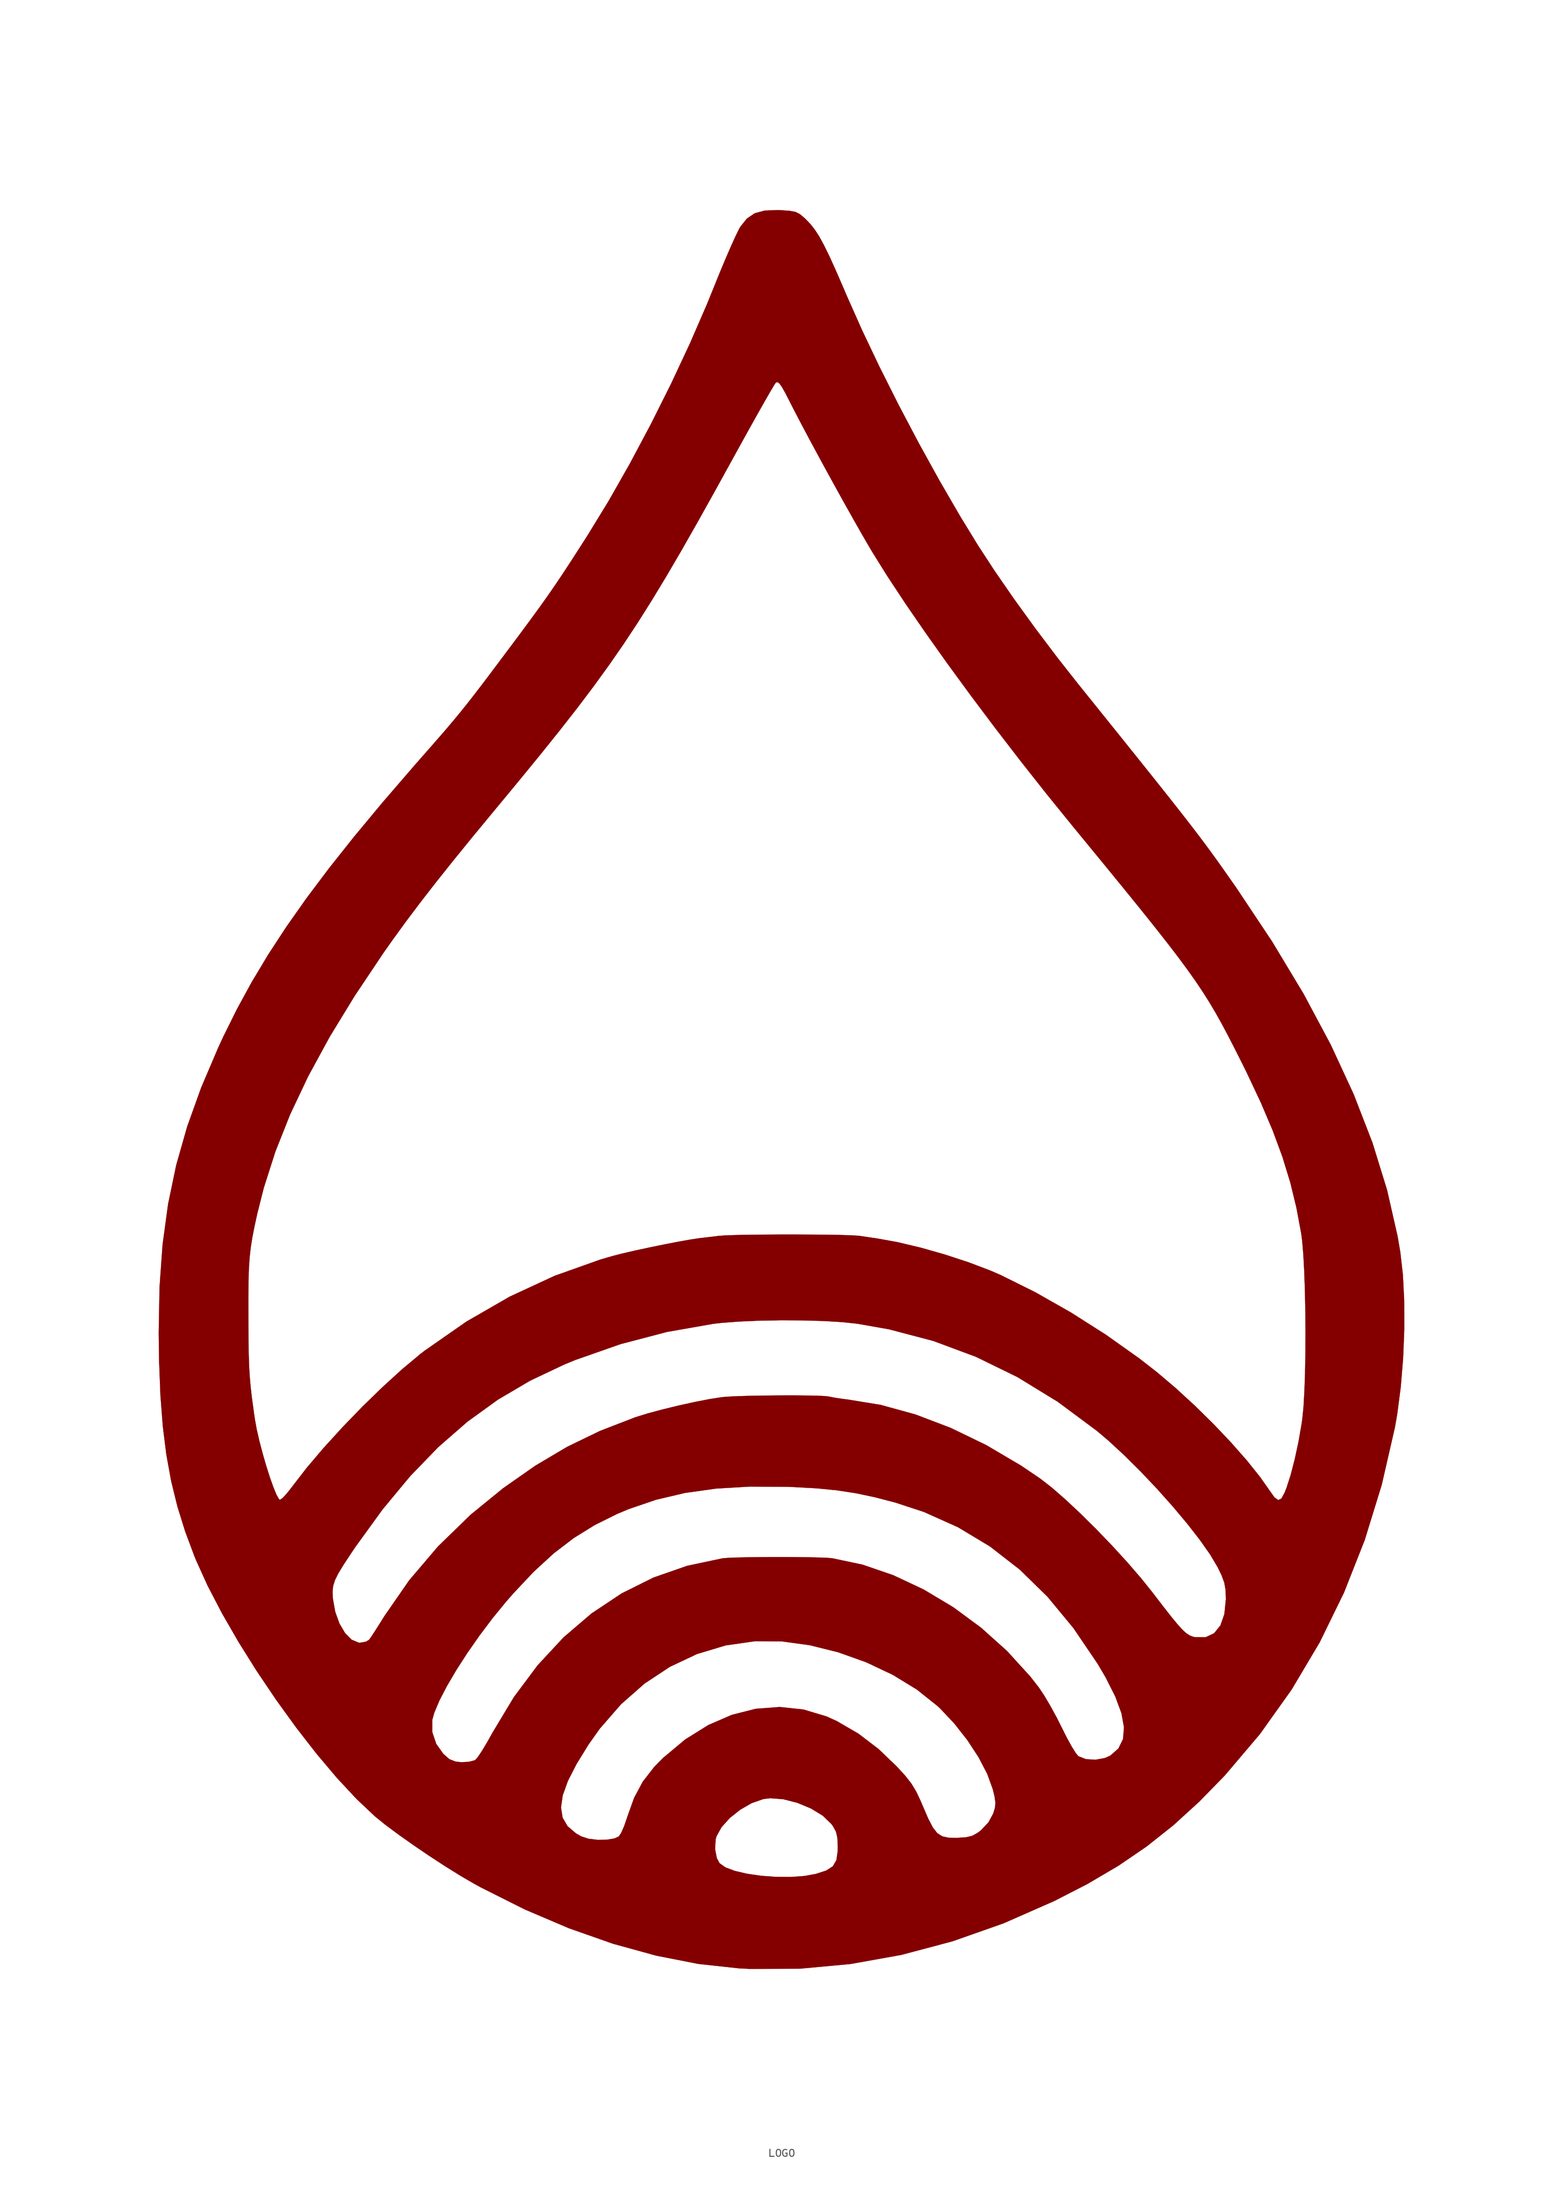
<source format=kicad_sym>
(kicad_symbol_lib
  (version 20220914)
  (generator "bitmap2component")
  (generator_version "8.0")
  (symbol "LOGO"
    (pin_names
      (offset 1.016))
    (property "Reference" "#G"
      (at 0 109.342 0)
      (effects (font (size 1.27 1.27)) hide))
    (symbol "LOGO_0_0"
      (polyline (pts (xy 7.548 -102.004) (xy 13.502 -101.455) (xy 19.488 -100.382) (xy 25.485 -98.788) (xy 31.471 -96.68) (xy 37.425 -94.061) (xy 41.301 -92.07) (xy 44.931 -89.938) (xy 48.25 -87.672) (xy 51.373 -85.194) (xy 54.416 -82.423) (xy 57.427 -79.34) (xy 61.555 -74.472) (xy 65.265 -69.266) (xy 68.552 -63.733) (xy 71.413 -57.88) (xy 73.841 -51.719) (xy 75.833 -45.257) (xy 77.383 -38.505) (xy 77.653 -36.954) (xy 78.065 -33.784) (xy 78.342 -30.428) (xy 78.48 -27.027) (xy 78.474 -23.721) (xy 78.32 -20.651) (xy 78.014 -17.958) (xy 77.692 -16.074) (xy 76.456 -10.646) (xy 74.741 -5.103) (xy 72.542 0.566) (xy 69.855 6.372) (xy 66.675 12.326) (xy 62.996 18.44) (xy 58.813 24.724) (xy 58.774 24.78) (xy 57.977 25.922) (xy 57.241 26.97) (xy 56.537 27.96) (xy 55.836 28.929) (xy 55.11 29.914) (xy 54.33 30.952) (xy 53.468 32.079) (xy 52.495 33.332) (xy 51.382 34.749) (xy 50.102 36.365) (xy 48.625 38.218) (xy 46.923 40.345) (xy 44.967 42.782) (xy 42.729 45.565) (xy 40.181 48.733) (xy 37.8 51.756) (xy 35.203 55.195) (xy 32.717 58.63) (xy 30.433 61.935) (xy 28.443 64.986) (xy 26.372 68.372) (xy 23.95 72.547) (xy 21.521 76.944) (xy 19.153 81.435) (xy 16.915 85.889) (xy 14.875 90.177) (xy 13.1 94.169) (xy 12.681 95.15) (xy 11.79 97.198) (xy 11.047 98.835) (xy 10.418 100.124) (xy 9.868 101.132) (xy 9.363 101.922) (xy 8.869 102.56) (xy 8.351 103.111) (xy 8.127 103.328) (xy 7.58 103.791) (xy 7.054 104.053) (xy 6.362 104.185) (xy 5.316 104.256) (xy 5 104.27) (xy 3.454 104.212) (xy 2.278 103.896) (xy 1.358 103.274) (xy 0.585 102.301) (xy 0.429 102.028) (xy 0.018 101.188) (xy -0.528 99.983) (xy -1.17 98.5) (xy -1.868 96.828) (xy -2.583 95.058) (xy -3.311 93.267) (xy -5.305 88.668) (xy -7.531 83.913) (xy -9.919 79.14) (xy -12.399 74.485) (xy -14.901 70.085) (xy -17.357 66.076) (xy -18.088 64.934) (xy -19.214 63.186) (xy -20.197 61.685) (xy -21.104 60.332) (xy -22.002 59.033) (xy -22.958 57.689) (xy -24.04 56.205) (xy -25.314 54.484) (xy -26.849 52.43) (xy -28.276 50.526) (xy -29.524 48.871) (xy -30.586 47.483) (xy -31.529 46.278) (xy -32.423 45.169) (xy -33.337 44.071) (xy -34.338 42.899) (xy -35.498 41.568) (xy -36.883 39.991) (xy -37.697 39.064) (xy -41.379 34.795) (xy -44.685 30.819) (xy -47.649 27.089) (xy -50.303 23.561) (xy -52.679 20.187) (xy -54.811 16.923) (xy -56.73 13.723) (xy -58.468 10.541) (xy -60.059 7.332) (xy -60.642 6.075) (xy -62.662 1.343) (xy -64.303 -3.228) (xy -65.588 -7.744) (xy -66.541 -12.314) (xy -67.185 -17.046) (xy -67.545 -22.048) (xy -67.567 -23.301) (xy -57.13 -23.301) (xy -57.112 -21.456) (xy -57.066 -19.935) (xy -56.981 -18.631) (xy -56.85 -17.437) (xy -56.662 -16.248) (xy -56.409 -14.957) (xy -56.082 -13.457) (xy -55.322 -10.442) (xy -53.955 -6.163) (xy -52.225 -1.81) (xy -50.11 2.657) (xy -47.592 7.281) (xy -44.65 12.101) (xy -41.265 17.159) (xy -40.204 18.663) (xy -38.647 20.805) (xy -36.971 23.032) (xy -35.128 25.407) (xy -33.068 27.992) (xy -30.742 30.851) (xy -28.101 34.047) (xy -25.375 37.339) (xy -22.851 40.425) (xy -20.576 43.26) (xy -18.508 45.907) (xy -16.605 48.426) (xy -14.827 50.879) (xy -13.132 53.324) (xy -11.479 55.825) (xy -9.828 58.441) (xy -8.136 61.234) (xy -6.363 64.264) (xy -4.467 67.593) (xy -2.408 71.281) (xy -0.144 75.389) (xy 0.731 76.978) (xy 1.748 78.811) (xy 2.667 80.456) (xy 3.459 81.855) (xy 4.089 82.951) (xy 4.525 83.687) (xy 4.735 84.005) (xy 4.899 84.1) (xy 5.123 83.988) (xy 5.431 83.578) (xy 5.869 82.805) (xy 6.485 81.605) (xy 6.912 80.765) (xy 7.822 79.023) (xy 8.908 76.985) (xy 10.112 74.759) (xy 11.374 72.453) (xy 12.634 70.174) (xy 13.835 68.031) (xy 14.916 66.131) (xy 15.818 64.583) (xy 16.116 64.086) (xy 17.866 61.283) (xy 19.931 58.153) (xy 22.267 54.755) (xy 24.83 51.146) (xy 27.579 47.387) (xy 30.47 43.535) (xy 33.46 39.651) (xy 36.506 35.793) (xy 39.565 32.02) (xy 40.918 30.374) (xy 43.416 27.329) (xy 45.611 24.643) (xy 47.53 22.275) (xy 49.203 20.186) (xy 50.657 18.337) (xy 51.92 16.69) (xy 53.02 15.204) (xy 53.985 13.842) (xy 54.843 12.563) (xy 55.623 11.329) (xy 56.352 10.1) (xy 57.058 8.838) (xy 57.769 7.503) (xy 58.514 6.056) (xy 59.32 4.458) (xy 59.969 3.152) (xy 61.652 -0.42) (xy 63.045 -3.697) (xy 64.182 -6.778) (xy 65.097 -9.759) (xy 65.823 -12.736) (xy 66.394 -15.807) (xy 66.497 -16.596) (xy 66.634 -18.201) (xy 66.743 -20.182) (xy 66.822 -22.439) (xy 66.872 -24.871) (xy 66.891 -27.379) (xy 66.879 -29.863) (xy 66.836 -32.222) (xy 66.76 -34.359) (xy 66.653 -36.171) (xy 66.512 -37.56) (xy 66.434 -38.102) (xy 66.074 -40.172) (xy 65.633 -42.227) (xy 65.15 -44.093) (xy 64.667 -45.595) (xy 64.434 -46.183) (xy 64.057 -46.865) (xy 63.684 -47.035) (xy 63.242 -46.706) (xy 62.658 -45.887) (xy 61.57 -44.338) (xy 60.007 -42.386) (xy 58.155 -40.282) (xy 56.093 -38.11) (xy 53.901 -35.954) (xy 51.66 -33.897) (xy 49.449 -32.024) (xy 47.391 -30.421) (xy 43.495 -27.655) (xy 39.374 -25.033) (xy 35.198 -22.661) (xy 31.135 -20.643) (xy 29.914 -20.114) (xy 27.37 -19.149) (xy 24.592 -18.237) (xy 21.756 -17.432) (xy 19.039 -16.785) (xy 16.618 -16.349) (xy 16.429 -16.322) (xy 15.549 -16.194) (xy 14.591 -16.051) (xy 14.356 -16.026) (xy 13.506 -15.979) (xy 12.252 -15.942) (xy 10.687 -15.914) (xy 8.904 -15.897) (xy 6.995 -15.889) (xy 5.054 -15.89) (xy 3.174 -15.902) (xy 1.446 -15.923) (xy -0.036 -15.954) (xy -1.179 -15.995) (xy -1.891 -16.046) (xy -2.097 -16.071) (xy -3.189 -16.201) (xy -4.188 -16.318) (xy -4.257 -16.327) (xy -5.29 -16.483) (xy -6.693 -16.733) (xy -8.326 -17.049) (xy -10.047 -17.401) (xy -11.715 -17.761) (xy -13.187 -18.1) (xy -14.321 -18.388) (xy -15.832 -18.825) (xy -21.208 -20.739) (xy -26.454 -23.169) (xy -31.548 -26.104) (xy -36.466 -29.531) (xy -36.962 -29.915) (xy -39.081 -31.684) (xy -41.374 -33.772) (xy -43.74 -36.073) (xy -46.075 -38.483) (xy -48.278 -40.898) (xy -50.247 -43.213) (xy -51.881 -45.324) (xy -51.997 -45.483) (xy -52.608 -46.255) (xy -53.113 -46.8) (xy -53.412 -47.009) (xy -53.535 -46.924) (xy -53.823 -46.414) (xy -54.189 -45.529) (xy -54.603 -44.36) (xy -55.035 -43.002) (xy -55.456 -41.549) (xy -55.836 -40.095) (xy -56.148 -38.734) (xy -56.36 -37.56) (xy -56.504 -36.559) (xy -56.709 -35.05) (xy -56.862 -33.727) (xy -56.971 -32.47) (xy -57.045 -31.157) (xy -57.09 -29.666) (xy -57.115 -27.878) (xy -57.128 -25.67) (xy -57.128 -25.576) (xy -57.13 -23.301) (xy -67.567 -23.301) (xy -67.642 -27.427) (xy -67.599 -30.682) (xy -67.443 -34.716) (xy -67.163 -38.362) (xy -66.747 -41.701) (xy -66.18 -44.816) (xy -65.451 -47.789) (xy -64.545 -50.702) (xy -63.45 -53.637) (xy -63.269 -54.081) (xy -61.901 -57.092) (xy -61.541 -57.783) (xy -47.249 -57.783) (xy -47.182 -57.119) (xy -46.969 -56.438) (xy -46.57 -55.633) (xy -45.94 -54.599) (xy -45.038 -53.232) (xy -44.527 -52.477) (xy -41.356 -48.106) (xy -38.142 -44.234) (xy -34.847 -40.827) (xy -31.43 -37.848) (xy -27.851 -35.262) (xy -24.07 -33.034) (xy -20.048 -31.13) (xy -18.768 -30.605) (xy -13.459 -28.744) (xy -8.012 -27.316) (xy -2.578 -26.363) (xy -1.696 -26.262) (xy 0.407 -26.099) (xy 2.802 -25.995) (xy 5.35 -25.95) (xy 7.914 -25.963) (xy 10.355 -26.034) (xy 12.535 -26.164) (xy 14.316 -26.353) (xy 18.04 -27.009) (xy 23.223 -28.372) (xy 28.238 -30.238) (xy 33.101 -32.615) (xy 37.825 -35.508) (xy 42.423 -38.923) (xy 43.769 -40.064) (xy 45.636 -41.787) (xy 47.562 -43.7) (xy 49.481 -45.726) (xy 51.323 -47.791) (xy 53.021 -49.815) (xy 54.507 -51.724) (xy 55.713 -53.441) (xy 56.572 -54.889) (xy 57.027 -55.82) (xy 57.36 -56.709) (xy 57.514 -57.559) (xy 57.549 -58.596) (xy 57.549 -58.688) (xy 57.374 -60.412) (xy 56.907 -61.744) (xy 56.167 -62.658) (xy 55.178 -63.126) (xy 53.959 -63.122) (xy 53.674 -63.058) (xy 53.298 -62.913) (xy 52.906 -62.656) (xy 52.446 -62.235) (xy 51.867 -61.594) (xy 51.117 -60.682) (xy 50.147 -59.443) (xy 48.905 -57.826) (xy 47.634 -56.24) (xy 46.015 -54.363) (xy 44.233 -52.414) (xy 42.37 -50.477) (xy 40.509 -48.634) (xy 38.731 -46.968) (xy 37.12 -45.565) (xy 35.756 -44.505) (xy 33.525 -42.996) (xy 29.43 -40.583) (xy 25.279 -38.574) (xy 21.134 -36.995) (xy 17.055 -35.872) (xy 13.105 -35.23) (xy 12.7 -35.184) (xy 11.712 -35.04) (xy 10.944 -34.889) (xy 10.517 -34.839) (xy 9.618 -34.798) (xy 8.372 -34.772) (xy 6.881 -34.76) (xy 5.247 -34.762) (xy 3.573 -34.777) (xy 1.961 -34.804) (xy 0.512 -34.844) (xy -0.671 -34.896) (xy -1.486 -34.958) (xy -1.626 -34.974) (xy -3.028 -35.193) (xy -4.761 -35.531) (xy -6.657 -35.949) (xy -8.553 -36.41) (xy -10.282 -36.875) (xy -11.678 -37.307) (xy -11.781 -37.343) (xy -15.869 -38.923) (xy -19.715 -40.785) (xy -23.461 -43.003) (xy -27.248 -45.654) (xy -31.045 -48.75) (xy -34.875 -52.471) (xy -38.263 -56.453) (xy -41.178 -60.663) (xy -41.649 -61.418) (xy -42.249 -62.361) (xy -42.713 -63.071) (xy -42.969 -63.432) (xy -43.367 -63.66) (xy -44.031 -63.77) (xy -44.185 -63.761) (xy -45.009 -63.416) (xy -45.779 -62.638) (xy -46.439 -61.518) (xy -46.934 -60.145) (xy -47.207 -58.611) (xy -47.214 -58.535) (xy -47.249 -57.783) (xy -61.541 -57.783) (xy -60.223 -60.313) (xy -58.29 -63.667) (xy -56.157 -67.073) (xy -53.88 -70.452) (xy -51.515 -73.722) (xy -51.115 -74.237) (xy -35.555 -74.237) (xy -35.552 -72.828) (xy -35.314 -71.982) (xy -34.717 -70.561) (xy -33.84 -68.87) (xy -32.731 -66.983) (xy -31.437 -64.976) (xy -30.004 -62.923) (xy -28.48 -60.9) (xy -26.91 -58.981) (xy -26.064 -58.009) (xy -23.648 -55.443) (xy -21.306 -53.292) (xy -18.95 -51.49) (xy -16.495 -49.968) (xy -13.855 -48.66) (xy -12.501 -48.091) (xy -9.285 -46.996) (xy -5.895 -46.199) (xy -2.255 -45.69) (xy 1.711 -45.455) (xy 6.08 -45.482) (xy 6.879 -45.512) (xy 9.572 -45.662) (xy 11.94 -45.895) (xy 14.152 -46.235) (xy 16.376 -46.706) (xy 18.78 -47.333) (xy 22.135 -48.434) (xy 26.135 -50.228) (xy 29.878 -52.48) (xy 33.375 -55.198) (xy 36.637 -58.391) (xy 39.676 -62.068) (xy 42.502 -66.237) (xy 43.433 -67.818) (xy 44.578 -70.086) (xy 45.3 -72.042) (xy 45.6 -73.699) (xy 45.482 -75.071) (xy 44.946 -76.17) (xy 43.993 -77.009) (xy 43.365 -77.292) (xy 42.25 -77.495) (xy 41.136 -77.426) (xy 40.252 -77.082) (xy 40.248 -77.079) (xy 39.929 -76.692) (xy 39.452 -75.925) (xy 38.881 -74.887) (xy 38.279 -73.688) (xy 37.723 -72.578) (xy 36.968 -71.193) (xy 36.231 -69.948) (xy 35.611 -69.021) (xy 34.607 -67.735) (xy 31.883 -64.743) (xy 28.841 -62.013) (xy 25.552 -59.59) (xy 22.087 -57.519) (xy 18.517 -55.843) (xy 14.914 -54.608) (xy 11.349 -53.857) (xy 10.741 -53.809) (xy 9.676 -53.769) (xy 8.285 -53.741) (xy 6.676 -53.725) (xy 4.958 -53.72) (xy 3.239 -53.726) (xy 1.626 -53.745) (xy 0.229 -53.774) (xy -0.845 -53.815) (xy -1.486 -53.867) (xy -5.631 -54.744) (xy -9.591 -56.121) (xy -13.339 -57.987) (xy -16.865 -60.332) (xy -20.154 -63.146) (xy -23.195 -66.42) (xy -25.974 -70.144) (xy -28.48 -74.309) (xy -29.083 -75.389) (xy -29.68 -76.388) (xy -30.166 -77.126) (xy -30.472 -77.493) (xy -30.625 -77.577) (xy -31.302 -77.744) (xy -32.152 -77.783) (xy -32.803 -77.716) (xy -33.533 -77.434) (xy -34.242 -76.817) (xy -35.084 -75.635) (xy -35.555 -74.237) (xy -51.115 -74.237) (xy -49.117 -76.806) (xy -46.74 -79.623) (xy -44.441 -82.092) (xy -43.386 -83.088) (xy -20.451 -83.088) (xy -20.243 -81.659) (xy -19.634 -79.972) (xy -18.622 -77.993) (xy -17.203 -75.692) (xy -15.886 -73.834) (xy -13.401 -70.982) (xy -10.651 -68.562) (xy -7.668 -66.592) (xy -4.486 -65.093) (xy -1.135 -64.085) (xy 2.353 -63.588) (xy 2.364 -63.587) (xy 5.469 -63.614) (xy 8.744 -64.062) (xy 12.077 -64.892) (xy 15.356 -66.063) (xy 18.471 -67.535) (xy 21.309 -69.27) (xy 23.759 -71.226) (xy 24.027 -71.479) (xy 25.693 -73.246) (xy 27.222 -75.195) (xy 28.536 -77.205) (xy 29.555 -79.159) (xy 30.201 -80.936) (xy 30.412 -81.798) (xy 30.515 -82.524) (xy 30.463 -83.122) (xy 30.258 -83.803) (xy 29.701 -84.828) (xy 28.82 -85.768) (xy 28.426 -86.068) (xy 27.797 -86.416) (xy 27.07 -86.588) (xy 26.023 -86.655) (xy 25.963 -86.657) (xy 25.01 -86.639) (xy 24.281 -86.48) (xy 23.696 -86.106) (xy 23.175 -85.442) (xy 22.639 -84.414) (xy 22.007 -82.949) (xy 21.774 -82.397) (xy 21.228 -81.237) (xy 20.654 -80.287) (xy 19.925 -79.358) (xy 18.918 -78.26) (xy 16.803 -76.234) (xy 14.442 -74.43) (xy 11.889 -72.95) (xy 10.698 -72.412) (xy 7.992 -71.602) (xy 5.215 -71.306) (xy 2.402 -71.518) (xy -0.409 -72.229) (xy -3.184 -73.433) (xy -5.887 -75.121) (xy -8.481 -77.287) (xy -9.517 -78.342) (xy -10.855 -80.064) (xy -11.872 -81.96) (xy -12.676 -84.207) (xy -12.703 -84.299) (xy -13.041 -85.281) (xy -13.385 -86.063) (xy -13.665 -86.484) (xy -14.147 -86.717) (xy -15.073 -86.877) (xy -16.171 -86.89) (xy -17.246 -86.754) (xy -18.104 -86.471) (xy -18.695 -86.128) (xy -19.675 -85.291) (xy -20.261 -84.288) (xy -20.451 -83.088) (xy -43.386 -83.088) (xy -42.276 -84.135) (xy -42.259 -84.15) (xy -41.086 -85.098) (xy -39.56 -86.236) (xy -37.797 -87.484) (xy -37.066 -87.981) (xy -2.372 -87.981) (xy -2.31 -86.85) (xy -2.205 -86.47) (xy -1.609 -85.4) (xy -0.647 -84.33) (xy 0.567 -83.36) (xy 1.919 -82.585) (xy 3.292 -82.103) (xy 4.095 -82.006) (xy 5.628 -82.126) (xy 7.273 -82.546) (xy 8.867 -83.207) (xy 10.25 -84.051) (xy 11.259 -85.017) (xy 11.469 -85.305) (xy 11.815 -85.944) (xy 11.977 -86.673) (xy 12.02 -87.716) (xy 12.011 -88.215) (xy 11.859 -89.268) (xy 11.444 -89.987) (xy 10.675 -90.487) (xy 9.457 -90.882) (xy 8.134 -91.125) (xy 6.507 -91.246) (xy 4.766 -91.236) (xy 3.02 -91.105) (xy 1.377 -90.867) (xy -0.055 -90.533) (xy -1.166 -90.116) (xy -1.849 -89.627) (xy -2.172 -89.019) (xy -2.372 -87.981) (xy -37.066 -87.981) (xy -35.912 -88.765) (xy -34.019 -90) (xy -32.233 -91.112) (xy -30.669 -92.022) (xy -29.851 -92.47) (xy -24.702 -95.053) (xy -19.515 -97.261) (xy -14.35 -99.076) (xy -9.268 -100.476) (xy -4.33 -101.444) (xy 0.405 -101.96) (xy 1.648 -102.024) (xy 7.548 -102.004)) (stroke (width 0.01) (type default)) (fill (type outline))))))
</source>
